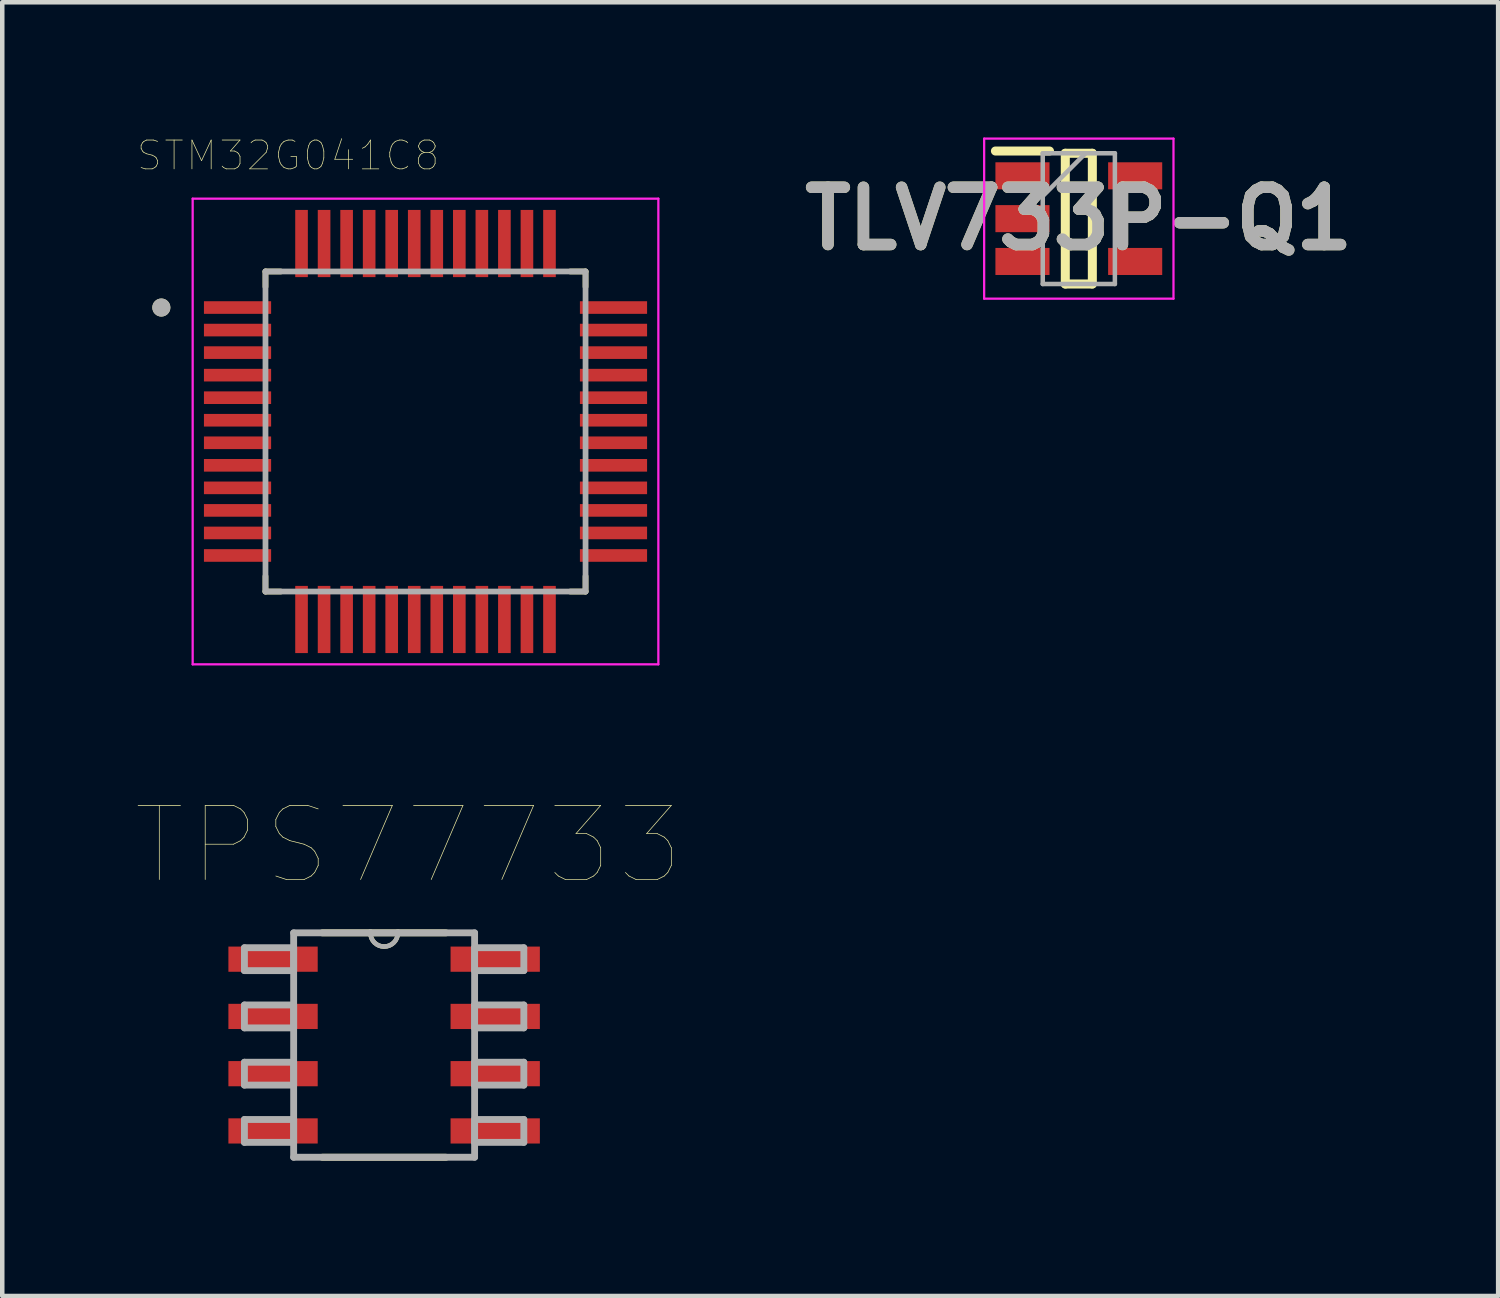
<source format=kicad_pcb>
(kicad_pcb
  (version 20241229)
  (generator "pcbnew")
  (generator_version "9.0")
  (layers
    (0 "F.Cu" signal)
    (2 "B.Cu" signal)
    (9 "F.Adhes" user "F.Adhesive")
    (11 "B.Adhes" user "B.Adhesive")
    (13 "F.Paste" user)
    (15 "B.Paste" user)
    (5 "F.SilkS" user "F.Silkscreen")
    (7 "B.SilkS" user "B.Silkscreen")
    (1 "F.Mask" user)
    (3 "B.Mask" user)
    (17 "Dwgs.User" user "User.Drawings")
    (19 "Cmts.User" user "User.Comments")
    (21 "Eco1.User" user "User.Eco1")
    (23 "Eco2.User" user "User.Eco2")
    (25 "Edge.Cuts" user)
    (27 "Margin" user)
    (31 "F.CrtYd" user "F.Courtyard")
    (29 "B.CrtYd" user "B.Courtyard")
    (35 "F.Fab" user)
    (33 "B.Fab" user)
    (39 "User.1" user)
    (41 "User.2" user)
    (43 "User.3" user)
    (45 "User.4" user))
  (footprint "STM32G041C8"
    (layer "F.Cu")
    (at 6.389 6.522)
    (property "Reference" "STM32G041C8" (at -3.048 -6.121 0) (layer "F.SilkS") (effects (font (size 0.64 0.64) (thickness 0.015))))
    (attr through_hole)
    (fp_line (start -3.55 -3.55) (end -3.55 -3.21) (stroke (width 0.127) (type solid)) (layer "F.SilkS"))
    (fp_line (start -3.55 -3.55) (end -3.21 -3.55) (stroke (width 0.127) (type solid)) (layer "F.SilkS"))
    (fp_line (start -3.55 3.55) (end -3.55 3.21) (stroke (width 0.127) (type solid)) (layer "F.SilkS"))
    (fp_line (start -3.55 3.55) (end -3.21 3.55) (stroke (width 0.127) (type solid)) (layer "F.SilkS"))
    (fp_line (start 3.55 -3.55) (end 3.21 -3.55) (stroke (width 0.127) (type solid)) (layer "F.SilkS"))
    (fp_line (start 3.55 -3.55) (end 3.55 -3.21) (stroke (width 0.127) (type solid)) (layer "F.SilkS"))
    (fp_line (start 3.55 3.55) (end 3.21 3.55) (stroke (width 0.127) (type solid)) (layer "F.SilkS"))
    (fp_line (start 3.55 3.55) (end 3.55 3.21) (stroke (width 0.127) (type solid)) (layer "F.SilkS"))
    (fp_circle (center -5.86 -2.75) (end -5.76 -2.75) (stroke (width 0.2) (type solid)) (fill no) (layer "F.SilkS"))
    (fp_line (start -5.165 -5.165) (end 5.165 -5.165) (stroke (width 0.05) (type solid)) (layer "F.CrtYd"))
    (fp_line (start -5.165 5.165) (end -5.165 -5.165) (stroke (width 0.05) (type solid)) (layer "F.CrtYd"))
    (fp_line (start -5.165 5.165) (end 5.165 5.165) (stroke (width 0.05) (type solid)) (layer "F.CrtYd"))
    (fp_line (start 5.165 5.165) (end 5.165 -5.165) (stroke (width 0.05) (type solid)) (layer "F.CrtYd"))
    (fp_line (start -3.55 3.55) (end -3.55 -3.55) (stroke (width 0.127) (type solid)) (layer "F.Fab"))
    (fp_line (start 3.55 -3.55) (end -3.55 -3.55) (stroke (width 0.127) (type solid)) (layer "F.Fab"))
    (fp_line (start 3.55 3.55) (end -3.55 3.55) (stroke (width 0.127) (type solid)) (layer "F.Fab"))
    (fp_line (start 3.55 3.55) (end 3.55 -3.55) (stroke (width 0.127) (type solid)) (layer "F.Fab"))
    (fp_circle (center -5.86 -2.75) (end -5.76 -2.75) (stroke (width 0.2) (type solid)) (fill no) (layer "F.Fab"))
    (pad "1" smd rect (at -4.17 -2.75) (size 1.49 0.28) (layers "F.Cu" "F.Mask" "F.Paste"))
    (pad "2" smd rect (at -4.17 -2.25) (size 1.49 0.28) (layers "F.Cu" "F.Mask" "F.Paste"))
    (pad "3" smd rect (at -4.17 -1.75) (size 1.49 0.28) (layers "F.Cu" "F.Mask" "F.Paste"))
    (pad "4" smd rect (at -4.17 -1.25) (size 1.49 0.28) (layers "F.Cu" "F.Mask" "F.Paste"))
    (pad "5" smd rect (at -4.17 -0.75) (size 1.49 0.28) (layers "F.Cu" "F.Mask" "F.Paste"))
    (pad "6" smd rect (at -4.17 -0.25) (size 1.49 0.28) (layers "F.Cu" "F.Mask" "F.Paste"))
    (pad "7" smd rect (at -4.17 0.25) (size 1.49 0.28) (layers "F.Cu" "F.Mask" "F.Paste"))
    (pad "8" smd rect (at -4.17 0.75) (size 1.49 0.28) (layers "F.Cu" "F.Mask" "F.Paste"))
    (pad "9" smd rect (at -4.17 1.25) (size 1.49 0.28) (layers "F.Cu" "F.Mask" "F.Paste"))
    (pad "10" smd rect (at -4.17 1.75) (size 1.49 0.28) (layers "F.Cu" "F.Mask" "F.Paste"))
    (pad "11" smd rect (at -4.17 2.25) (size 1.49 0.28) (layers "F.Cu" "F.Mask" "F.Paste"))
    (pad "12" smd rect (at -4.17 2.75) (size 1.49 0.28) (layers "F.Cu" "F.Mask" "F.Paste"))
    (pad "13" smd rect (at -2.75 4.17) (size 0.28 1.49) (layers "F.Cu" "F.Mask" "F.Paste"))
    (pad "14" smd rect (at -2.25 4.17) (size 0.28 1.49) (layers "F.Cu" "F.Mask" "F.Paste"))
    (pad "15" smd rect (at -1.75 4.17) (size 0.28 1.49) (layers "F.Cu" "F.Mask" "F.Paste"))
    (pad "16" smd rect (at -1.25 4.17) (size 0.28 1.49) (layers "F.Cu" "F.Mask" "F.Paste"))
    (pad "17" smd rect (at -0.75 4.17) (size 0.28 1.49) (layers "F.Cu" "F.Mask" "F.Paste"))
    (pad "18" smd rect (at -0.25 4.17) (size 0.28 1.49) (layers "F.Cu" "F.Mask" "F.Paste"))
    (pad "19" smd rect (at 0.25 4.17) (size 0.28 1.49) (layers "F.Cu" "F.Mask" "F.Paste"))
    (pad "20" smd rect (at 0.75 4.17) (size 0.28 1.49) (layers "F.Cu" "F.Mask" "F.Paste"))
    (pad "21" smd rect (at 1.25 4.17) (size 0.28 1.49) (layers "F.Cu" "F.Mask" "F.Paste"))
    (pad "22" smd rect (at 1.75 4.17) (size 0.28 1.49) (layers "F.Cu" "F.Mask" "F.Paste"))
    (pad "23" smd rect (at 2.25 4.17) (size 0.28 1.49) (layers "F.Cu" "F.Mask" "F.Paste"))
    (pad "24" smd rect (at 2.75 4.17) (size 0.28 1.49) (layers "F.Cu" "F.Mask" "F.Paste"))
    (pad "25" smd rect (at 4.17 2.75) (size 1.49 0.28) (layers "F.Cu" "F.Mask" "F.Paste"))
    (pad "26" smd rect (at 4.17 2.25) (size 1.49 0.28) (layers "F.Cu" "F.Mask" "F.Paste"))
    (pad "27" smd rect (at 4.17 1.75) (size 1.49 0.28) (layers "F.Cu" "F.Mask" "F.Paste"))
    (pad "28" smd rect (at 4.17 1.25) (size 1.49 0.28) (layers "F.Cu" "F.Mask" "F.Paste"))
    (pad "29" smd rect (at 4.17 0.75) (size 1.49 0.28) (layers "F.Cu" "F.Mask" "F.Paste"))
    (pad "30" smd rect (at 4.17 0.25) (size 1.49 0.28) (layers "F.Cu" "F.Mask" "F.Paste"))
    (pad "31" smd rect (at 4.17 -0.25) (size 1.49 0.28) (layers "F.Cu" "F.Mask" "F.Paste"))
    (pad "32" smd rect (at 4.17 -0.75) (size 1.49 0.28) (layers "F.Cu" "F.Mask" "F.Paste"))
    (pad "33" smd rect (at 4.17 -1.25) (size 1.49 0.28) (layers "F.Cu" "F.Mask" "F.Paste"))
    (pad "34" smd rect (at 4.17 -1.75) (size 1.49 0.28) (layers "F.Cu" "F.Mask" "F.Paste"))
    (pad "35" smd rect (at 4.17 -2.25) (size 1.49 0.28) (layers "F.Cu" "F.Mask" "F.Paste"))
    (pad "36" smd rect (at 4.17 -2.75) (size 1.49 0.28) (layers "F.Cu" "F.Mask" "F.Paste"))
    (pad "37" smd rect (at 2.75 -4.17) (size 0.28 1.49) (layers "F.Cu" "F.Mask" "F.Paste"))
    (pad "38" smd rect (at 2.25 -4.17) (size 0.28 1.49) (layers "F.Cu" "F.Mask" "F.Paste"))
    (pad "39" smd rect (at 1.75 -4.17) (size 0.28 1.49) (layers "F.Cu" "F.Mask" "F.Paste"))
    (pad "40" smd rect (at 1.25 -4.17) (size 0.28 1.49) (layers "F.Cu" "F.Mask" "F.Paste"))
    (pad "41" smd rect (at 0.75 -4.17) (size 0.28 1.49) (layers "F.Cu" "F.Mask" "F.Paste"))
    (pad "42" smd rect (at 0.25 -4.17) (size 0.28 1.49) (layers "F.Cu" "F.Mask" "F.Paste"))
    (pad "43" smd rect (at -0.25 -4.17) (size 0.28 1.49) (layers "F.Cu" "F.Mask" "F.Paste"))
    (pad "44" smd rect (at -0.75 -4.17) (size 0.28 1.49) (layers "F.Cu" "F.Mask" "F.Paste"))
    (pad "45" smd rect (at -1.25 -4.17) (size 0.28 1.49) (layers "F.Cu" "F.Mask" "F.Paste"))
    (pad "46" smd rect (at -1.75 -4.17) (size 0.28 1.49) (layers "F.Cu" "F.Mask" "F.Paste"))
    (pad "47" smd rect (at -2.25 -4.17) (size 0.28 1.49) (layers "F.Cu" "F.Mask" "F.Paste"))
    (pad "48" smd rect (at -2.75 -4.17) (size 0.28 1.49) (layers "F.Cu" "F.Mask" "F.Paste")))
  (footprint "TPS77733"
    (layer "F.Cu")
    (at 5.471 20.132)
    (property "Reference" "TPS77733" (at 0.535 -4.432 0) (layer "F.SilkS") (effects (font (size 1.645 1.645) (thickness 0.015))))
    (attr through_hole)
    (fp_line (start -1.372 2.489) (end 1.372 2.489) (stroke (width 0.152) (type solid)) (layer "F.SilkS"))
    (fp_line (start -0.305 -2.489) (end -1.372 -2.489) (stroke (width 0.152) (type solid)) (layer "F.SilkS"))
    (fp_line (start 0.305 -2.489) (end -0.305 -2.489) (stroke (width 0.152) (type solid)) (layer "F.SilkS"))
    (fp_line (start 1.372 -2.489) (end 0.305 -2.489) (stroke (width 0.152) (type solid)) (layer "F.SilkS"))
    (fp_arc (start 0.3048 -2.4892) (mid 0 -2.1844) (end -0.3048 -2.4892) (stroke (width 0.1) (type solid)) (layer "F.SilkS"))
    (fp_line (start -3.099 -2.159) (end -3.099 -1.651) (stroke (width 0.152) (type solid)) (layer "F.Fab"))
    (fp_line (start -3.099 -1.651) (end -2.007 -1.651) (stroke (width 0.152) (type solid)) (layer "F.Fab"))
    (fp_line (start -3.099 -0.889) (end -3.099 -0.381) (stroke (width 0.152) (type solid)) (layer "F.Fab"))
    (fp_line (start -3.099 -0.381) (end -2.007 -0.381) (stroke (width 0.152) (type solid)) (layer "F.Fab"))
    (fp_line (start -3.099 0.381) (end -3.099 0.889) (stroke (width 0.152) (type solid)) (layer "F.Fab"))
    (fp_line (start -3.099 0.889) (end -2.007 0.889) (stroke (width 0.152) (type solid)) (layer "F.Fab"))
    (fp_line (start -3.099 1.651) (end -3.099 2.159) (stroke (width 0.152) (type solid)) (layer "F.Fab"))
    (fp_line (start -3.099 2.159) (end -2.007 2.159) (stroke (width 0.152) (type solid)) (layer "F.Fab"))
    (fp_line (start -2.007 -2.489) (end -2.007 2.489) (stroke (width 0.152) (type solid)) (layer "F.Fab"))
    (fp_line (start -2.007 -2.159) (end -3.099 -2.159) (stroke (width 0.152) (type solid)) (layer "F.Fab"))
    (fp_line (start -2.007 -1.651) (end -2.007 -2.159) (stroke (width 0.152) (type solid)) (layer "F.Fab"))
    (fp_line (start -2.007 -0.889) (end -3.099 -0.889) (stroke (width 0.152) (type solid)) (layer "F.Fab"))
    (fp_line (start -2.007 -0.381) (end -2.007 -0.889) (stroke (width 0.152) (type solid)) (layer "F.Fab"))
    (fp_line (start -2.007 0.381) (end -3.099 0.381) (stroke (width 0.152) (type solid)) (layer "F.Fab"))
    (fp_line (start -2.007 0.889) (end -2.007 0.381) (stroke (width 0.152) (type solid)) (layer "F.Fab"))
    (fp_line (start -2.007 1.651) (end -3.099 1.651) (stroke (width 0.152) (type solid)) (layer "F.Fab"))
    (fp_line (start -2.007 2.159) (end -2.007 1.651) (stroke (width 0.152) (type solid)) (layer "F.Fab"))
    (fp_line (start -2.007 2.489) (end 2.007 2.489) (stroke (width 0.152) (type solid)) (layer "F.Fab"))
    (fp_line (start -0.305 -2.489) (end -2.007 -2.489) (stroke (width 0.152) (type solid)) (layer "F.Fab"))
    (fp_line (start 0.305 -2.489) (end -0.305 -2.489) (stroke (width 0.152) (type solid)) (layer "F.Fab"))
    (fp_line (start 2.007 -2.489) (end 0.305 -2.489) (stroke (width 0.152) (type solid)) (layer "F.Fab"))
    (fp_line (start 2.007 -2.159) (end 2.007 -1.651) (stroke (width 0.152) (type solid)) (layer "F.Fab"))
    (fp_line (start 2.007 -1.651) (end 3.099 -1.651) (stroke (width 0.152) (type solid)) (layer "F.Fab"))
    (fp_line (start 2.007 -0.889) (end 2.007 -0.381) (stroke (width 0.152) (type solid)) (layer "F.Fab"))
    (fp_line (start 2.007 -0.381) (end 3.099 -0.381) (stroke (width 0.152) (type solid)) (layer "F.Fab"))
    (fp_line (start 2.007 0.381) (end 2.007 0.889) (stroke (width 0.152) (type solid)) (layer "F.Fab"))
    (fp_line (start 2.007 0.889) (end 3.099 0.889) (stroke (width 0.152) (type solid)) (layer "F.Fab"))
    (fp_line (start 2.007 1.651) (end 2.007 2.159) (stroke (width 0.152) (type solid)) (layer "F.Fab"))
    (fp_line (start 2.007 2.159) (end 3.099 2.159) (stroke (width 0.152) (type solid)) (layer "F.Fab"))
    (fp_line (start 2.007 2.489) (end 2.007 -2.489) (stroke (width 0.152) (type solid)) (layer "F.Fab"))
    (fp_line (start 3.099 -2.159) (end 2.007 -2.159) (stroke (width 0.152) (type solid)) (layer "F.Fab"))
    (fp_line (start 3.099 -1.651) (end 3.099 -2.159) (stroke (width 0.152) (type solid)) (layer "F.Fab"))
    (fp_line (start 3.099 -0.889) (end 2.007 -0.889) (stroke (width 0.152) (type solid)) (layer "F.Fab"))
    (fp_line (start 3.099 -0.381) (end 3.099 -0.889) (stroke (width 0.152) (type solid)) (layer "F.Fab"))
    (fp_line (start 3.099 0.381) (end 2.007 0.381) (stroke (width 0.152) (type solid)) (layer "F.Fab"))
    (fp_line (start 3.099 0.889) (end 3.099 0.381) (stroke (width 0.152) (type solid)) (layer "F.Fab"))
    (fp_line (start 3.099 1.651) (end 2.007 1.651) (stroke (width 0.152) (type solid)) (layer "F.Fab"))
    (fp_line (start 3.099 2.159) (end 3.099 1.651) (stroke (width 0.152) (type solid)) (layer "F.Fab"))
    (fp_arc (start 0.3048 -2.4892) (mid 0 -2.1844) (end -0.3048 -2.4892) (stroke (width 0.1) (type solid)) (layer "F.Fab"))
    (pad "1" smd rect (at -2.464 -1.905) (size 1.981 0.559) (layers "F.Cu" "F.Mask" "F.Paste"))
    (pad "2" smd rect (at -2.464 -0.635) (size 1.981 0.559) (layers "F.Cu" "F.Mask" "F.Paste"))
    (pad "3" smd rect (at -2.464 0.635) (size 1.981 0.559) (layers "F.Cu" "F.Mask" "F.Paste"))
    (pad "4" smd rect (at -2.464 1.905) (size 1.981 0.559) (layers "F.Cu" "F.Mask" "F.Paste"))
    (pad "5" smd rect (at 2.464 1.905) (size 1.981 0.559) (layers "F.Cu" "F.Mask" "F.Paste"))
    (pad "6" smd rect (at 2.464 0.635) (size 1.981 0.559) (layers "F.Cu" "F.Mask" "F.Paste"))
    (pad "7" smd rect (at 2.464 -0.635) (size 1.981 0.559) (layers "F.Cu" "F.Mask" "F.Paste"))
    (pad "8" smd rect (at 2.464 -1.905) (size 1.981 0.559) (layers "F.Cu" "F.Mask" "F.Paste")))
  (footprint "TLV733P-Q1"
    (layer "F.Cu")
    (at 20.881 1.8)
    (property "Reference" "TLV733P-Q1" (at 0 0 0) (layer "F.SilkS") (effects (font (size 1.27 1.27) (thickness 0.254))))
    (attr smd)
    (fp_line (start -1.85 -1.5) (end -0.65 -1.5) (stroke (width 0.2) (type solid)) (layer "F.SilkS"))
    (fp_line (start -0.3 -1.45) (end 0.3 -1.45) (stroke (width 0.2) (type solid)) (layer "F.SilkS"))
    (fp_line (start -0.3 1.45) (end -0.3 -1.45) (stroke (width 0.2) (type solid)) (layer "F.SilkS"))
    (fp_line (start 0.3 -1.45) (end 0.3 1.45) (stroke (width 0.2) (type solid)) (layer "F.SilkS"))
    (fp_line (start 0.3 1.45) (end -0.3 1.45) (stroke (width 0.2) (type solid)) (layer "F.SilkS"))
    (fp_line (start -2.1 -1.775) (end 2.1 -1.775) (stroke (width 0.05) (type solid)) (layer "F.CrtYd"))
    (fp_line (start -2.1 1.775) (end -2.1 -1.775) (stroke (width 0.05) (type solid)) (layer "F.CrtYd"))
    (fp_line (start 2.1 -1.775) (end 2.1 1.775) (stroke (width 0.05) (type solid)) (layer "F.CrtYd"))
    (fp_line (start 2.1 1.775) (end -2.1 1.775) (stroke (width 0.05) (type solid)) (layer "F.CrtYd"))
    (fp_line (start -0.8 -1.45) (end 0.8 -1.45) (stroke (width 0.1) (type solid)) (layer "F.Fab"))
    (fp_line (start -0.8 -0.5) (end 0.15 -1.45) (stroke (width 0.1) (type solid)) (layer "F.Fab"))
    (fp_line (start -0.8 1.45) (end -0.8 -1.45) (stroke (width 0.1) (type solid)) (layer "F.Fab"))
    (fp_line (start 0.8 -1.45) (end 0.8 1.45) (stroke (width 0.1) (type solid)) (layer "F.Fab"))
    (fp_line (start 0.8 1.45) (end -0.8 1.45) (stroke (width 0.1) (type solid)) (layer "F.Fab"))
    (fp_text user "${REFERENCE}" (at 0 0 0) (layer "F.Fab") (effects (font (size 1.27 1.27) (thickness 0.254))))
    (pad "1" smd rect (at -1.25 -0.95 90) (size 0.6 1.2) (layers "F.Cu" "F.Mask" "F.Paste"))
    (pad "2" smd rect (at -1.25 0 90) (size 0.6 1.2) (layers "F.Cu" "F.Mask" "F.Paste"))
    (pad "3" smd rect (at -1.25 0.95 90) (size 0.6 1.2) (layers "F.Cu" "F.Mask" "F.Paste"))
    (pad "4" smd rect (at 1.25 0.95 90) (size 0.6 1.2) (layers "F.Cu" "F.Mask" "F.Paste"))
    (pad "5" smd rect (at 1.25 -0.95 90) (size 0.6 1.2) (layers "F.Cu" "F.Mask" "F.Paste")))
  (gr_rect
    (start -3 -3)
    (end 30.183 25.698)
    (stroke (width 0.1) (type default))
    (fill no)
    (layer "Edge.Cuts")))
</source>
